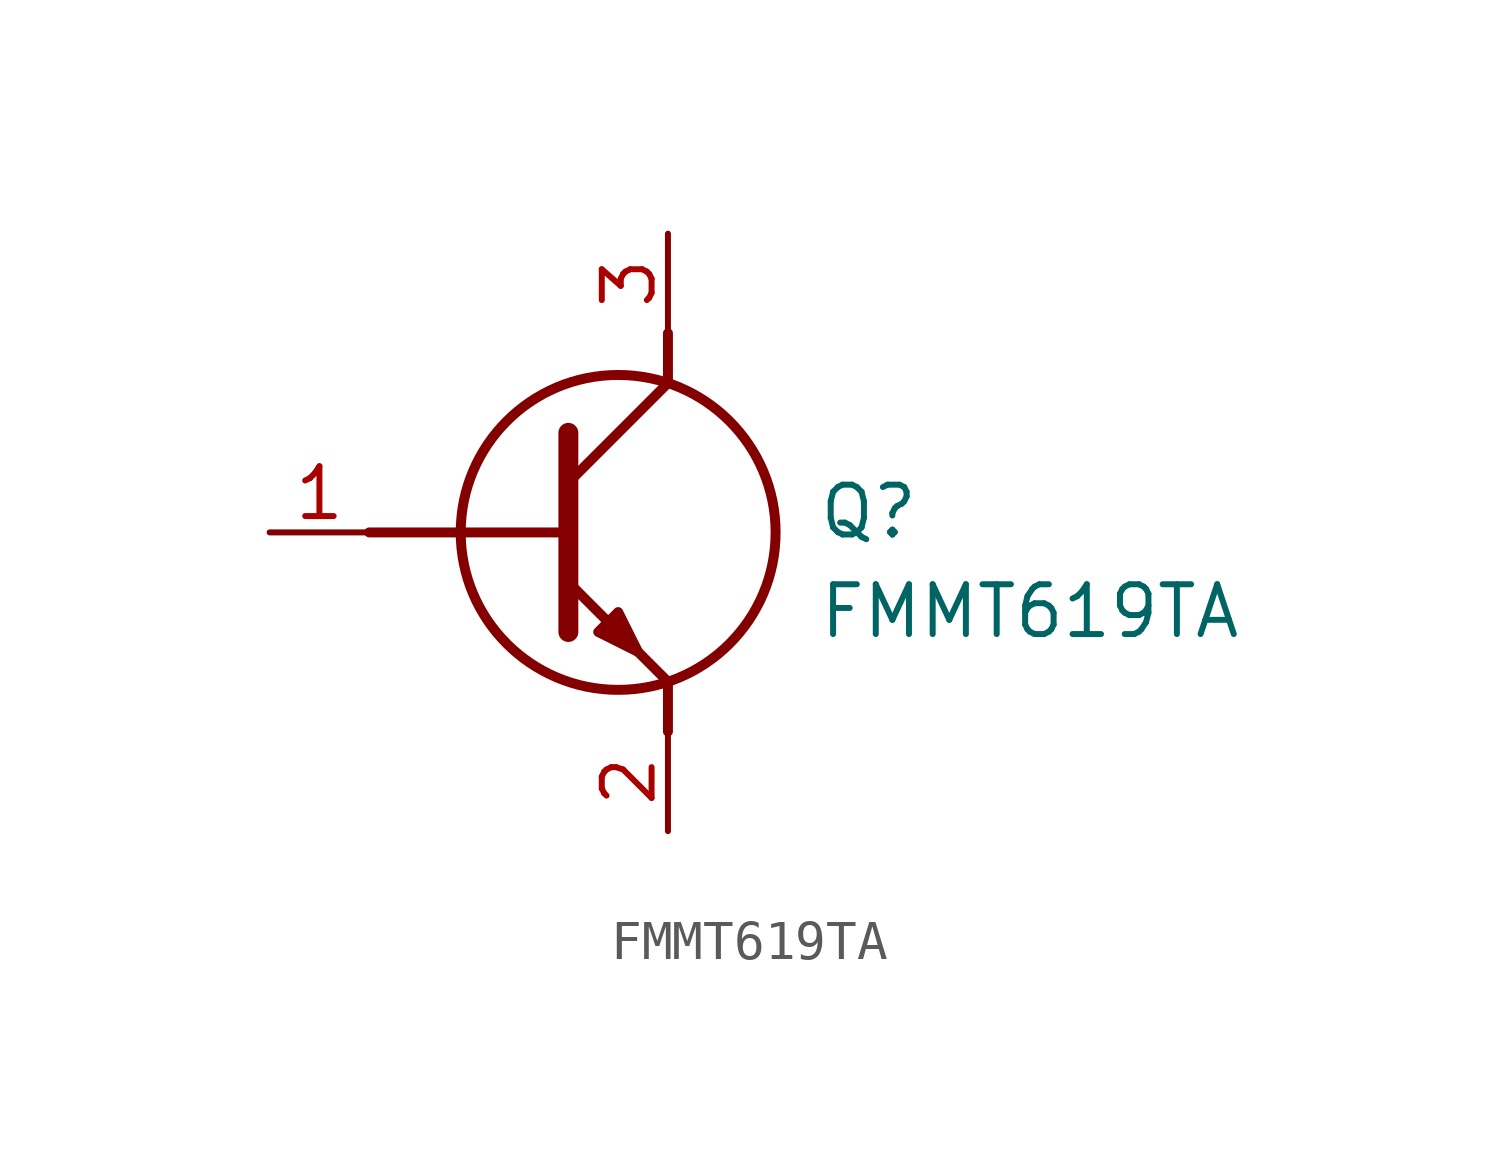
<source format=kicad_sym>
(kicad_symbol_lib
  (version 20211014)
  (generator SamacSys_ECAD_Model)
  (symbol "FMMT619TA"
    (pin_names hide)
    (property "Reference" "Q"
      (at 13.97 1.27 0)
      (effects (font (size 1.27 1.27)) (justify left top)))
    (property "Value" "FMMT619TA"
      (at 13.97 -1.27 0)
      (effects (font (size 1.27 1.27)) (justify left top)))
    (polyline
      (pts (xy 7.62 2.54) (xy 7.62 -2.54))
      (stroke (width 0.508) (type default))
      (fill (type none)))
    (polyline
      (pts (xy 7.62 1.27) (xy 10.16 3.81))
      (stroke (width 0.254) (type default))
      (fill (type none)))
    (polyline
      (pts (xy 7.62 -1.27) (xy 10.16 -3.81))
      (stroke (width 0.254) (type default))
      (fill (type none)))
    (polyline
      (pts (xy 10.16 -3.81) (xy 10.16 -5.08))
      (stroke (width 0.254) (type default))
      (fill (type none)))
    (polyline
      (pts (xy 10.16 3.81) (xy 10.16 5.08))
      (stroke (width 0.254) (type default))
      (fill (type none)))
    (polyline
      (pts (xy 2.54 0) (xy 7.62 0))
      (stroke (width 0.254) (type default))
      (fill (type none)))
    (circle
      (center 8.89 0)
      (radius 4.016)
      (stroke (width 0.254) (type default))
      (fill (type none)))
    (polyline
      (pts (xy 8.382 -2.54) (xy 8.89 -2.032) (xy 9.398 -3.048) (xy 8.382 -2.54))
      (stroke (width 0.254) (type default))
      (fill (type outline)))
    (pin passive line
      (at 0 0 0)
      (length 2.54)
      (name "B" (effects (font (size 1.27 1.27))))
      (number "1" (effects (font (size 1.27 1.27)))))
    (pin passive line
      (at 10.16 -7.62 90)
      (length 2.54)
      (name "E" (effects (font (size 1.27 1.27))))
      (number "2" (effects (font (size 1.27 1.27)))))
    (pin passive line
      (at 10.16 7.62 270)
      (length 2.54)
      (name "C" (effects (font (size 1.27 1.27))))
      (number "3" (effects (font (size 1.27 1.27)))))))
</source>
